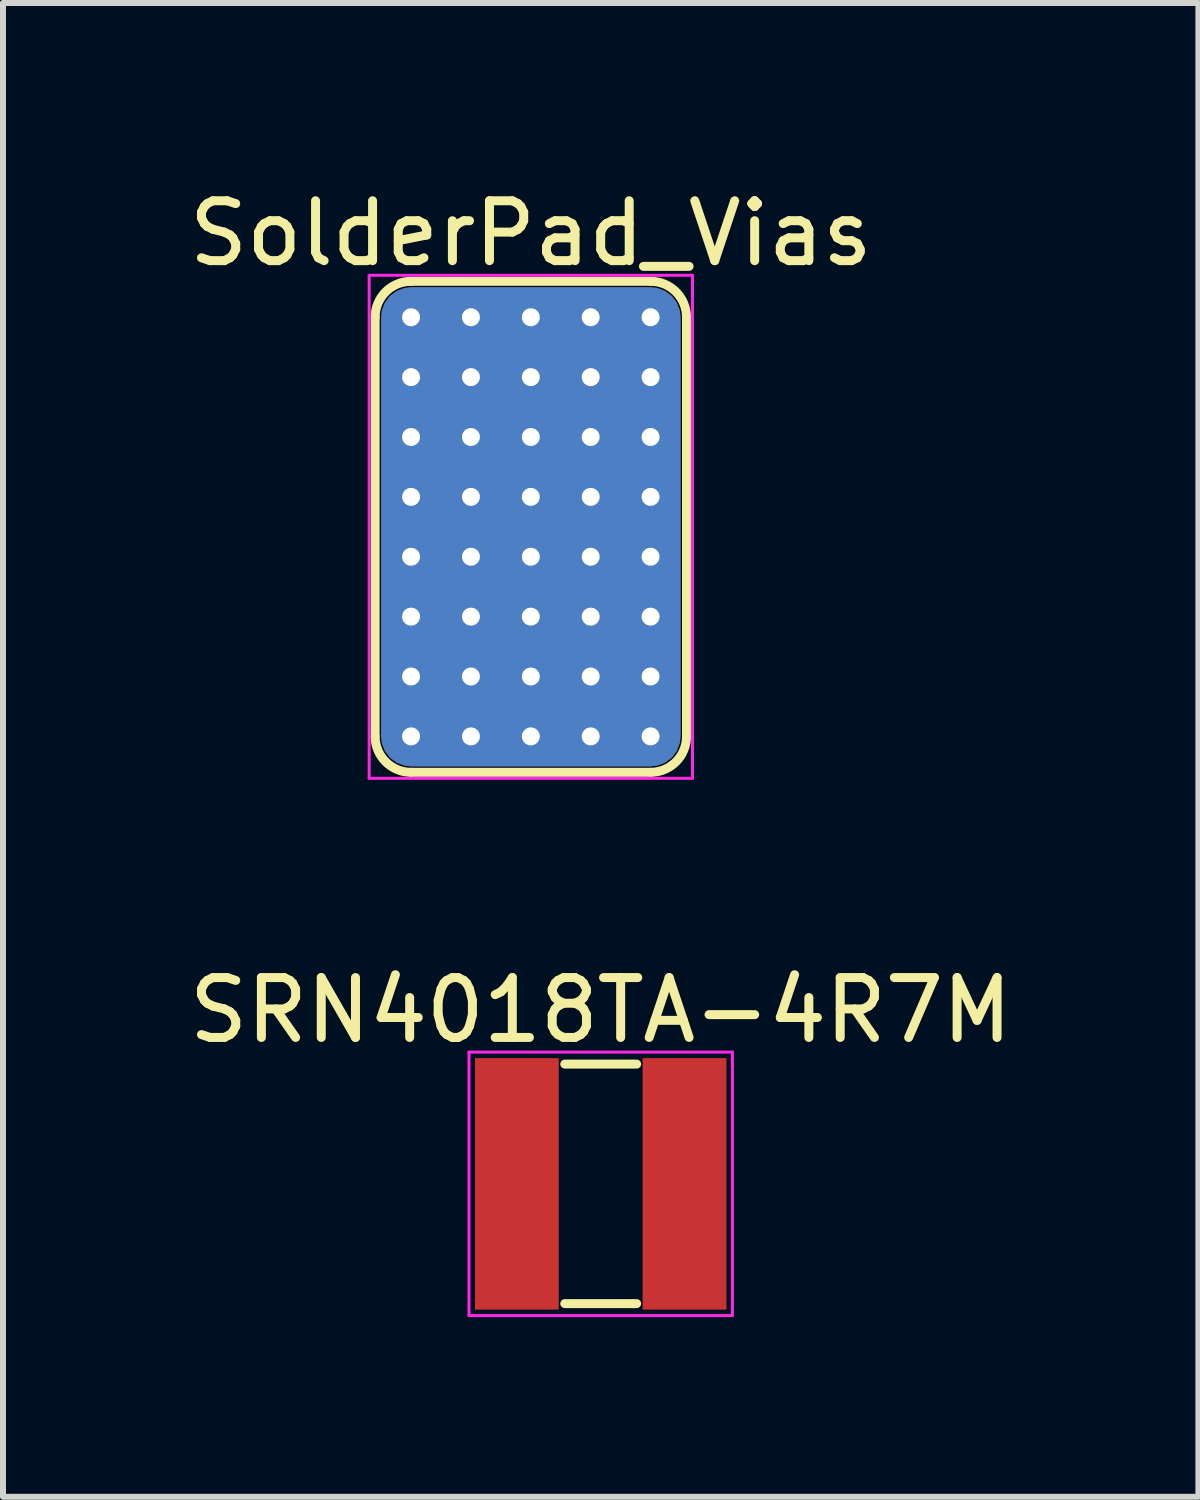
<source format=kicad_pcb>
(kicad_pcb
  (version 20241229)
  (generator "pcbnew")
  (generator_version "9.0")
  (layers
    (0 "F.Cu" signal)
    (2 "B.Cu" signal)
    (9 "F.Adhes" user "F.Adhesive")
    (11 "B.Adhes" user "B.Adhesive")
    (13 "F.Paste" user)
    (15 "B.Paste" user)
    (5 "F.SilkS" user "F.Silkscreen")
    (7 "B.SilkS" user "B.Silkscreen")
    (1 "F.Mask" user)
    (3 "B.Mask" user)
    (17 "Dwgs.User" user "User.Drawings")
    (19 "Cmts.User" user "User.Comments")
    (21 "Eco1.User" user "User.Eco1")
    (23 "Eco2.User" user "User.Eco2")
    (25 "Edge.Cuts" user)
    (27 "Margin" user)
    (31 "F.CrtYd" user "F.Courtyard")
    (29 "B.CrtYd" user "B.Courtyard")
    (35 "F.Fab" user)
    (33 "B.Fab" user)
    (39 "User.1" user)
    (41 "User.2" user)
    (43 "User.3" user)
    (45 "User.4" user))
  (footprint "SolderPad_Vias"
    (layer "F.Cu")
    (at 5.815 5.748)
    (property "Reference" "SolderPad_Vias" (at 0 -4.9 0) (layer "F.SilkS") (effects (font (size 1 1) (thickness 0.15))))
    (attr through_hole)
    (fp_line (start -2.6 3.5) (end -2.6 -3.5) (stroke (width 0.15) (type solid)) (layer "F.SilkS"))
    (fp_line (start -2 -4.1) (end 2 -4.1) (stroke (width 0.15) (type solid)) (layer "F.SilkS"))
    (fp_line (start 2 4.1) (end -2 4.1) (stroke (width 0.15) (type solid)) (layer "F.SilkS"))
    (fp_line (start 2.6 -3.5) (end 2.6 3.5) (stroke (width 0.15) (type solid)) (layer "F.SilkS"))
    (fp_arc (start -2.6 -3.5) (mid -2.424264 -3.924264) (end -2 -4.1) (stroke (width 0.15) (type solid)) (layer "F.SilkS"))
    (fp_arc (start -2 4.1) (mid -2.424264 3.924264) (end -2.6 3.5) (stroke (width 0.15) (type solid)) (layer "F.SilkS"))
    (fp_arc (start 2 -4.1) (mid 2.424264 -3.924264) (end 2.6 -3.5) (stroke (width 0.15) (type solid)) (layer "F.SilkS"))
    (fp_arc (start 2.6 3.5) (mid 2.424264 3.924264) (end 2 4.1) (stroke (width 0.15) (type solid)) (layer "F.SilkS"))
    (fp_line (start -2.7 -4.2) (end -2.7 4.2) (stroke (width 0.05) (type solid)) (layer "F.CrtYd"))
    (fp_line (start -2.7 -4.2) (end 2.7 -4.2) (stroke (width 0.05) (type solid)) (layer "F.CrtYd"))
    (fp_line (start -2.7 4.2) (end 2.7 4.2) (stroke (width 0.05) (type solid)) (layer "F.CrtYd"))
    (fp_line (start 2.7 -4.2) (end 2.7 4.2) (stroke (width 0.05) (type solid)) (layer "F.CrtYd"))
    (pad "1" thru_hole circle (at -2 -3.5) (size 0.5 0.5) (drill 0.3) (layers "*.Cu"))
    (pad "1" thru_hole circle (at -2 -2.5) (size 0.5 0.5) (drill 0.3) (layers "*.Cu"))
    (pad "1" thru_hole circle (at -2 -1.5) (size 0.5 0.5) (drill 0.3) (layers "*.Cu"))
    (pad "1" thru_hole circle (at -2 -0.5) (size 0.5 0.5) (drill 0.3) (layers "*.Cu"))
    (pad "1" thru_hole circle (at -2 0.5) (size 0.5 0.5) (drill 0.3) (layers "*.Cu"))
    (pad "1" thru_hole circle (at -2 1.5) (size 0.5 0.5) (drill 0.3) (layers "*.Cu"))
    (pad "1" thru_hole circle (at -2 2.5) (size 0.5 0.5) (drill 0.3) (layers "*.Cu"))
    (pad "1" thru_hole circle (at -2 3.5) (size 0.5 0.5) (drill 0.3) (layers "*.Cu"))
    (pad "1" thru_hole circle (at -1 -3.5) (size 0.5 0.5) (drill 0.3) (layers "*.Cu"))
    (pad "1" thru_hole circle (at -1 -2.5) (size 0.5 0.5) (drill 0.3) (layers "*.Cu"))
    (pad "1" thru_hole circle (at -1 -1.5) (size 0.5 0.5) (drill 0.3) (layers "*.Cu"))
    (pad "1" thru_hole circle (at -1 -0.5) (size 0.5 0.5) (drill 0.3) (layers "*.Cu"))
    (pad "1" thru_hole circle (at -1 0.5) (size 0.5 0.5) (drill 0.3) (layers "*.Cu"))
    (pad "1" thru_hole circle (at -1 1.5) (size 0.5 0.5) (drill 0.3) (layers "*.Cu"))
    (pad "1" thru_hole circle (at -1 2.5) (size 0.5 0.5) (drill 0.3) (layers "*.Cu"))
    (pad "1" thru_hole circle (at -1 3.5) (size 0.5 0.5) (drill 0.3) (layers "*.Cu"))
    (pad "1" thru_hole circle (at 0 -3.5) (size 0.5 0.5) (drill 0.3) (layers "*.Cu"))
    (pad "1" thru_hole circle (at 0 -2.5) (size 0.5 0.5) (drill 0.3) (layers "*.Cu"))
    (pad "1" thru_hole circle (at 0 -1.5) (size 0.5 0.5) (drill 0.3) (layers "*.Cu"))
    (pad "1" thru_hole circle (at 0 -0.5) (size 0.5 0.5) (drill 0.3) (layers "*.Cu"))
    (pad "1" smd roundrect (at 0 0) (size 5 8) (layers "F.Cu" "F.Mask") (roundrect_rratio 0.1))
    (pad "1" smd roundrect (at 0 0) (size 5 8) (layers "B.Cu") (roundrect_rratio 0.1))
    (pad "1" thru_hole circle (at 0 0.5) (size 0.5 0.5) (drill 0.3) (layers "*.Cu"))
    (pad "1" thru_hole circle (at 0 1.5) (size 0.5 0.5) (drill 0.3) (layers "*.Cu"))
    (pad "1" thru_hole circle (at 0 2.5) (size 0.5 0.5) (drill 0.3) (layers "*.Cu"))
    (pad "1" thru_hole circle (at 0 3.5) (size 0.5 0.5) (drill 0.3) (layers "*.Cu"))
    (pad "1" thru_hole circle (at 1 -3.5) (size 0.5 0.5) (drill 0.3) (layers "*.Cu"))
    (pad "1" thru_hole circle (at 1 -2.5) (size 0.5 0.5) (drill 0.3) (layers "*.Cu"))
    (pad "1" thru_hole circle (at 1 -1.5) (size 0.5 0.5) (drill 0.3) (layers "*.Cu"))
    (pad "1" thru_hole circle (at 1 -0.5) (size 0.5 0.5) (drill 0.3) (layers "*.Cu"))
    (pad "1" thru_hole circle (at 1 0.5) (size 0.5 0.5) (drill 0.3) (layers "*.Cu"))
    (pad "1" thru_hole circle (at 1 1.5) (size 0.5 0.5) (drill 0.3) (layers "*.Cu"))
    (pad "1" thru_hole circle (at 1 2.5) (size 0.5 0.5) (drill 0.3) (layers "*.Cu"))
    (pad "1" thru_hole circle (at 1 3.5) (size 0.5 0.5) (drill 0.3) (layers "*.Cu"))
    (pad "1" thru_hole circle (at 2 -3.5) (size 0.5 0.5) (drill 0.3) (layers "*.Cu"))
    (pad "1" thru_hole circle (at 2 -2.5) (size 0.5 0.5) (drill 0.3) (layers "*.Cu"))
    (pad "1" thru_hole circle (at 2 -1.5) (size 0.5 0.5) (drill 0.3) (layers "*.Cu"))
    (pad "1" thru_hole circle (at 2 -0.5) (size 0.5 0.5) (drill 0.3) (layers "*.Cu"))
    (pad "1" thru_hole circle (at 2 0.5) (size 0.5 0.5) (drill 0.3) (layers "*.Cu"))
    (pad "1" thru_hole circle (at 2 1.5) (size 0.5 0.5) (drill 0.3) (layers "*.Cu"))
    (pad "1" thru_hole circle (at 2 2.5) (size 0.5 0.5) (drill 0.3) (layers "*.Cu"))
    (pad "1" thru_hole circle (at 2 3.5) (size 0.5 0.5) (drill 0.3) (layers "*.Cu")))
  (footprint "SRN4018TA-4R7M"
    (layer "F.Cu")
    (at 6.982 16.721)
    (property "Reference" "SRN4018TA-4R7M" (at 0 -2.9 0) (layer "F.SilkS") (effects (font (size 1 1) (thickness 0.15))))
    (attr through_hole)
    (fp_line (start -0.6 -2) (end 0.6 -2) (stroke (width 0.15) (type solid)) (layer "F.SilkS"))
    (fp_line (start -0.6 2) (end 0.6 2) (stroke (width 0.15) (type solid)) (layer "F.SilkS"))
    (fp_line (start -2.2 -2.2) (end 2.2 -2.2) (stroke (width 0.05) (type solid)) (layer "F.CrtYd"))
    (fp_line (start -2.2 2.2) (end -2.2 -2.2) (stroke (width 0.05) (type solid)) (layer "F.CrtYd"))
    (fp_line (start 2.2 -2.2) (end 2.2 2.2) (stroke (width 0.05) (type solid)) (layer "F.CrtYd"))
    (fp_line (start 2.2 2.2) (end -2.2 2.2) (stroke (width 0.05) (type solid)) (layer "F.CrtYd"))
    (pad "1" smd rect (at -1.4 0) (size 1.4 4.2) (layers "F.Cu" "F.Mask" "F.Paste"))
    (pad "2" smd rect (at 1.4 0) (size 1.4 4.2) (layers "F.Cu" "F.Mask" "F.Paste")))
  (gr_rect
    (start -3 -3)
    (end 16.964 21.947)
    (stroke (width 0.1) (type default))
    (fill no)
    (layer "Edge.Cuts")))
</source>
